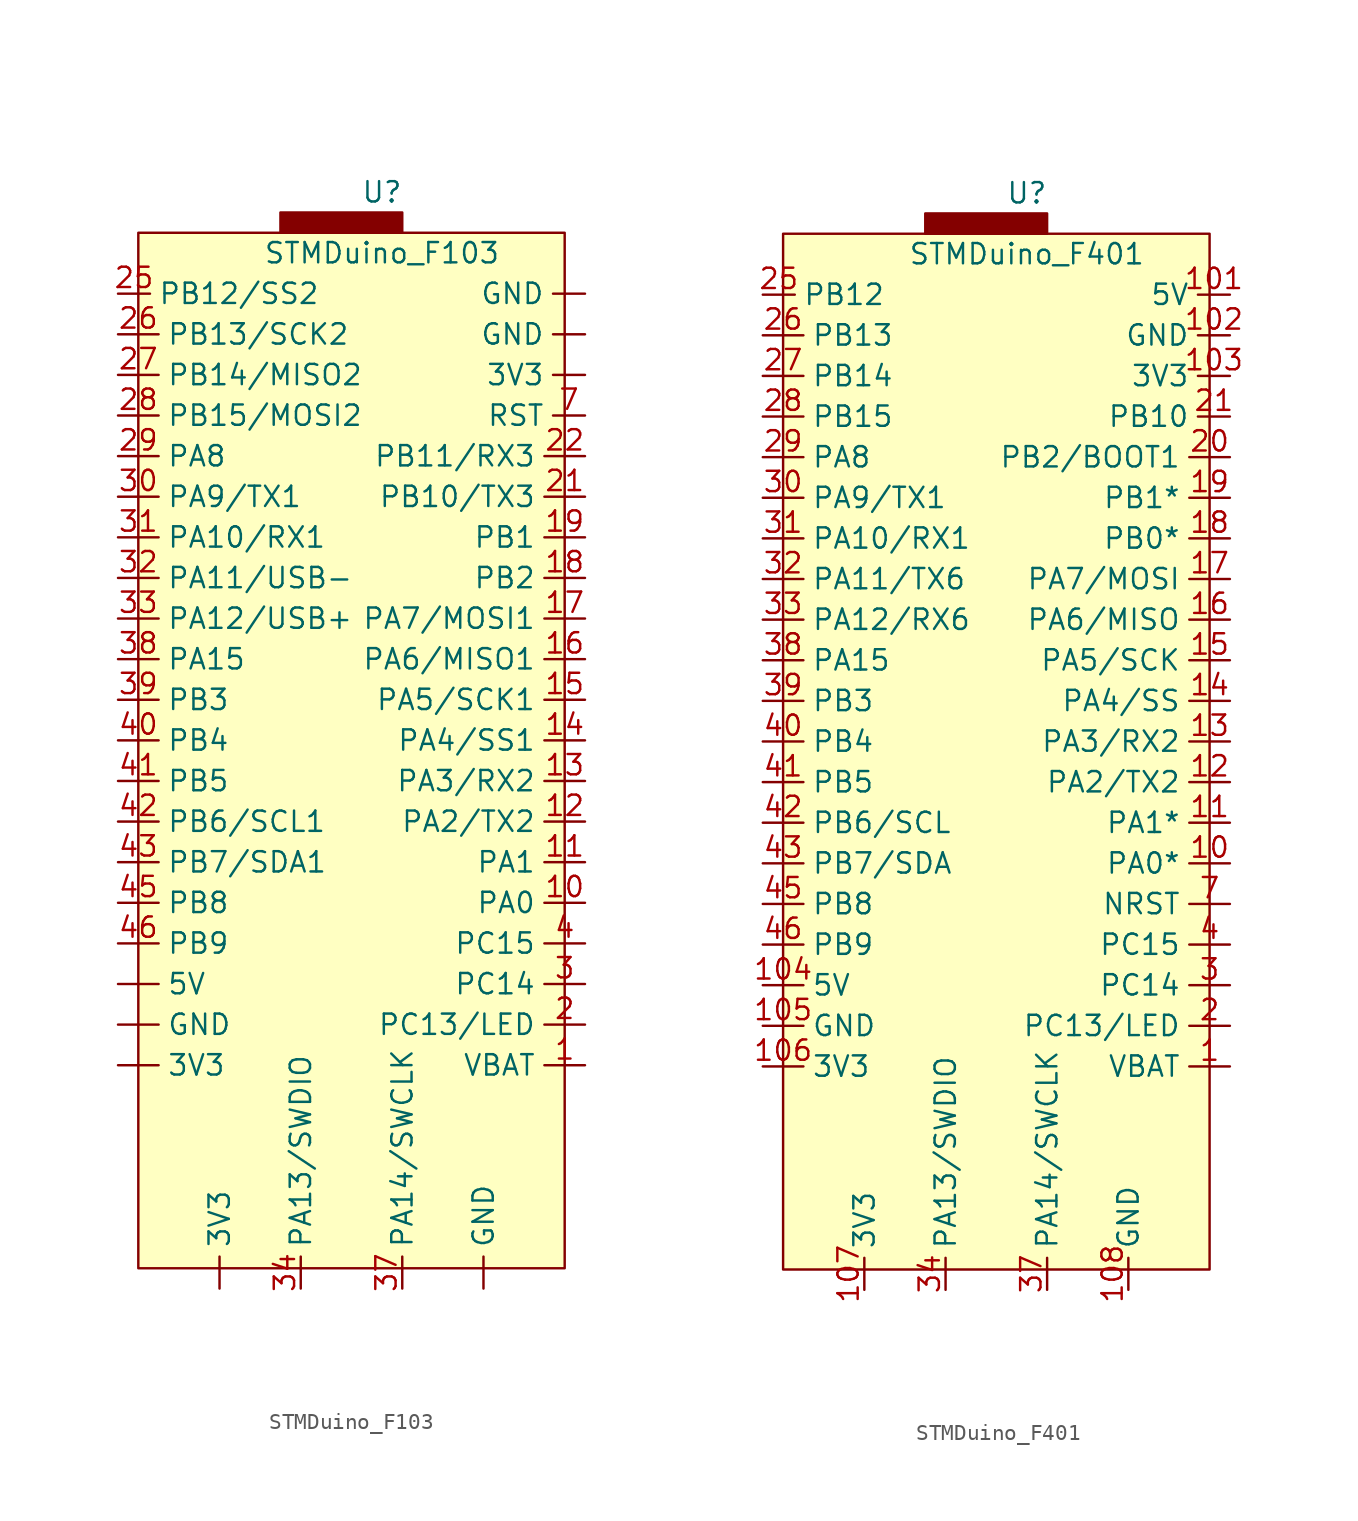
<source format=kicad_sym>
(kicad_symbol_lib
  (version 20211014)
  (generator kicad_symbol_editor)
  (symbol "STMDuino_F103"
    (property "Reference" "U"
      (at 0 3.81 0)
      (effects (font (size 1.27 1.27))))
    (property "Value" "STMDuino_F103"
      (at 0 0 0)
      (effects (font (size 1.27 1.27))))
    (symbol "STMDuino_F103_0_0"
      (pin power_in line (at -16.51 -50.8 0) (length 2.54) (name "3V3" (effects (font (size 1.27 1.27)))) (number "" (effects (font (size 1.27 1.27)))))
      (pin power_in line (at -16.51 -45.72 0) (length 2.54) (name "5V" (effects (font (size 1.27 1.27)))) (number "" (effects (font (size 1.27 1.27)))))
      (pin power_in line (at -16.51 -48.26 0) (length 2.54) (name "GND" (effects (font (size 1.27 1.27)))) (number "" (effects (font (size 1.27 1.27)))))
      (pin power_in line (at 12.7 -50.8 180) (length 2.54) (name "VBAT" (effects (font (size 1.27 1.27)))) (number "1" (effects (font (size 1.27 1.27)))))
      (pin bidirectional line (at 12.7 -40.64 180) (length 2.54) (name "PA0" (effects (font (size 1.27 1.27)))) (number "10" (effects (font (size 1.27 1.27)))))
      (pin bidirectional line (at 12.7 -38.1 180) (length 2.54) (name "PA1" (effects (font (size 1.27 1.27)))) (number "11" (effects (font (size 1.27 1.27)))))
      (pin bidirectional line (at 12.7 -35.56 180) (length 2.54) (name "PA2/TX2" (effects (font (size 1.27 1.27)))) (number "12" (effects (font (size 1.27 1.27)))))
      (pin bidirectional line (at 12.7 -33.02 180) (length 2.54) (name "PA3/RX2" (effects (font (size 1.27 1.27)))) (number "13" (effects (font (size 1.27 1.27)))))
      (pin bidirectional line (at 12.7 -30.48 180) (length 2.54) (name "PA4/SS1" (effects (font (size 1.27 1.27)))) (number "14" (effects (font (size 1.27 1.27)))))
      (pin bidirectional line (at 12.7 -27.94 180) (length 2.54) (name "PA5/SCK1" (effects (font (size 1.27 1.27)))) (number "15" (effects (font (size 1.27 1.27)))))
      (pin bidirectional line (at 12.7 -25.4 180) (length 2.54) (name "PA6/MISO1" (effects (font (size 1.27 1.27)))) (number "16" (effects (font (size 1.27 1.27)))))
      (pin bidirectional line (at 12.7 -22.86 180) (length 2.54) (name "PA7/MOSI1" (effects (font (size 1.27 1.27)))) (number "17" (effects (font (size 1.27 1.27)))))
      (pin bidirectional line (at 12.7 -20.32 180) (length 2.54) (name "PB2" (effects (font (size 1.27 1.27)))) (number "18" (effects (font (size 1.27 1.27)))))
      (pin bidirectional line (at 12.7 -17.78 180) (length 2.54) (name "PB1" (effects (font (size 1.27 1.27)))) (number "19" (effects (font (size 1.27 1.27)))))
      (pin bidirectional line (at 12.7 -48.26 180) (length 2.54) (name "PC13/LED" (effects (font (size 1.27 1.27)))) (number "2" (effects (font (size 1.27 1.27)))))
      (pin bidirectional line (at 12.7 -15.24 180) (length 2.54) (name "PB10/TX3" (effects (font (size 1.27 1.27)))) (number "21" (effects (font (size 1.27 1.27)))))
      (pin bidirectional line (at 12.7 -12.7 180) (length 2.54) (name "PB11/RX3" (effects (font (size 1.27 1.27)))) (number "22" (effects (font (size 1.27 1.27)))))
      (pin bidirectional line (at -16.51 -5.08 0) (length 2.54) (name "PB13/SCK2" (effects (font (size 1.27 1.27)))) (number "26" (effects (font (size 1.27 1.27)))))
      (pin bidirectional line (at -16.51 -7.62 0) (length 2.54) (name "PB14/MISO2" (effects (font (size 1.27 1.27)))) (number "27" (effects (font (size 1.27 1.27)))))
      (pin bidirectional line (at -16.51 -10.16 0) (length 2.54) (name "PB15/MOSI2" (effects (font (size 1.27 1.27)))) (number "28" (effects (font (size 1.27 1.27)))))
      (pin bidirectional line (at -16.51 -12.7 0) (length 2.54) (name "PA8" (effects (font (size 1.27 1.27)))) (number "29" (effects (font (size 1.27 1.27)))))
      (pin bidirectional line (at 12.7 -45.72 180) (length 2.54) (name "PC14" (effects (font (size 1.27 1.27)))) (number "3" (effects (font (size 1.27 1.27)))))
      (pin bidirectional line (at -16.51 -15.24 0) (length 2.54) (name "PA9/TX1" (effects (font (size 1.27 1.27)))) (number "30" (effects (font (size 1.27 1.27)))))
      (pin bidirectional line (at -16.51 -17.78 0) (length 2.54) (name "PA10/RX1" (effects (font (size 1.27 1.27)))) (number "31" (effects (font (size 1.27 1.27)))))
      (pin bidirectional line (at -16.51 -20.32 0) (length 2.54) (name "PA11/USB-" (effects (font (size 1.27 1.27)))) (number "32" (effects (font (size 1.27 1.27)))))
      (pin bidirectional line (at -16.51 -22.86 0) (length 2.54) (name "PA12/USB+" (effects (font (size 1.27 1.27)))) (number "33" (effects (font (size 1.27 1.27)))))
      (pin bidirectional line (at -16.51 -25.4 0) (length 2.54) (name "PA15" (effects (font (size 1.27 1.27)))) (number "38" (effects (font (size 1.27 1.27)))))
      (pin bidirectional line (at -16.51 -27.94 0) (length 2.54) (name "PB3" (effects (font (size 1.27 1.27)))) (number "39" (effects (font (size 1.27 1.27)))))
      (pin bidirectional line (at 12.7 -43.18 180) (length 2.54) (name "PC15" (effects (font (size 1.27 1.27)))) (number "4" (effects (font (size 1.27 1.27)))))
      (pin bidirectional line (at -16.51 -30.48 0) (length 2.54) (name "PB4" (effects (font (size 1.27 1.27)))) (number "40" (effects (font (size 1.27 1.27)))))
      (pin bidirectional line (at -16.51 -33.02 0) (length 2.54) (name "PB5" (effects (font (size 1.27 1.27)))) (number "41" (effects (font (size 1.27 1.27)))))
      (pin bidirectional line (at -16.51 -35.56 0) (length 2.54) (name "PB6/SCL1" (effects (font (size 1.27 1.27)))) (number "42" (effects (font (size 1.27 1.27)))))
      (pin bidirectional line (at -16.51 -38.1 0) (length 2.54) (name "PB7/SDA1" (effects (font (size 1.27 1.27)))) (number "43" (effects (font (size 1.27 1.27)))))
      (pin bidirectional line (at -16.51 -40.64 0) (length 2.54) (name "PB8" (effects (font (size 1.27 1.27)))) (number "45" (effects (font (size 1.27 1.27)))))
      (pin bidirectional line (at -16.51 -43.18 0) (length 2.54) (name "PB9" (effects (font (size 1.27 1.27)))) (number "46" (effects (font (size 1.27 1.27))))))
    (symbol "STMDuino_F103_0_1"
      (rectangle (start -15.24 1.27) (end 11.43 -63.5) (stroke (width 0) (type default) (color 0 0 0 0)) (fill (type background)))
      (rectangle (start 1.27 1.27) (end -6.35 2.54) (stroke (width 0) (type default) (color 0 0 0 0)) (fill (type outline))))
    (symbol "STMDuino_F103_1_1"
      (pin power_in line (at -10.16 -64.77 90) (length 2) (name "3V3" (effects (font (size 1.27 1.27)))) (number "" (effects (font (size 1.27 1.27)))))
      (pin power_in line (at 12.7 -7.62 180) (length 2) (name "3V3" (effects (font (size 1.27 1.27)))) (number "" (effects (font (size 1.27 1.27)))))
      (pin power_in line (at 6.35 -64.77 90) (length 2) (name "GND" (effects (font (size 1.27 1.27)))) (number "" (effects (font (size 1.27 1.27)))))
      (pin power_in line (at 12.7 -5.08 180) (length 2) (name "GND" (effects (font (size 1.27 1.27)))) (number "" (effects (font (size 1.27 1.27)))))
      (pin power_in line (at 12.7 -2.54 180) (length 2) (name "GND" (effects (font (size 1.27 1.27)))) (number "" (effects (font (size 1.27 1.27)))))
      (pin bidirectional line (at -16.51 -2.54 0) (length 2) (name "PB12/SS2" (effects (font (size 1.27 1.27)))) (number "25" (effects (font (size 1.27 1.27)))) (alternate "PB12" power_in line))
      (pin power_in line (at -5.08 -64.77 90) (length 2) (name "PA13/SWDIO" (effects (font (size 1.27 1.27)))) (number "34" (effects (font (size 1.27 1.27)))))
      (pin power_in line (at 1.27 -64.77 90) (length 2) (name "PA14/SWCLK" (effects (font (size 1.27 1.27)))) (number "37" (effects (font (size 1.27 1.27)))))
      (pin bidirectional line (at 12.7 -10.16 180) (length 2) (name "RST" (effects (font (size 1.27 1.27)))) (number "7" (effects (font (size 1.27 1.27)))))))
  (symbol "STMDuino_F401"
    (property "Reference" "U"
      (at 0 3.81 0)
      (effects (font (size 1.27 1.27))))
    (property "Value" "STMDuino_F401"
      (at 0 0 0)
      (effects (font (size 1.27 1.27))))
    (symbol "STMDuino_F401_0_0"
      (pin power_in line (at 12.7 -50.8 180) (length 2.54) (name "VBAT" (effects (font (size 1.27 1.27)))) (number "1" (effects (font (size 1.27 1.27)))))
      (pin bidirectional line (at 12.7 -38.1 180) (length 2.54) (name "PA0*" (effects (font (size 1.27 1.27)))) (number "10" (effects (font (size 1.27 1.27)))))
      (pin power_in line (at -16.51 -45.72 0) (length 2.54) (name "5V" (effects (font (size 1.27 1.27)))) (number "104" (effects (font (size 1.27 1.27)))))
      (pin power_in line (at -16.51 -48.26 0) (length 2.54) (name "GND" (effects (font (size 1.27 1.27)))) (number "105" (effects (font (size 1.27 1.27)))))
      (pin power_in line (at -16.51 -50.8 0) (length 2.54) (name "3V3" (effects (font (size 1.27 1.27)))) (number "106" (effects (font (size 1.27 1.27)))))
      (pin bidirectional line (at 12.7 -35.56 180) (length 2.54) (name "PA1*" (effects (font (size 1.27 1.27)))) (number "11" (effects (font (size 1.27 1.27)))))
      (pin bidirectional line (at 12.7 -33.02 180) (length 2.54) (name "PA2/TX2" (effects (font (size 1.27 1.27)))) (number "12" (effects (font (size 1.27 1.27)))))
      (pin bidirectional line (at 12.7 -30.48 180) (length 2.54) (name "PA3/RX2" (effects (font (size 1.27 1.27)))) (number "13" (effects (font (size 1.27 1.27)))))
      (pin bidirectional line (at 12.7 -27.94 180) (length 2.54) (name "PA4/SS" (effects (font (size 1.27 1.27)))) (number "14" (effects (font (size 1.27 1.27)))))
      (pin bidirectional line (at 12.7 -25.4 180) (length 2.54) (name "PA5/SCK" (effects (font (size 1.27 1.27)))) (number "15" (effects (font (size 1.27 1.27)))))
      (pin bidirectional line (at 12.7 -22.86 180) (length 2.54) (name "PA6/MISO" (effects (font (size 1.27 1.27)))) (number "16" (effects (font (size 1.27 1.27)))))
      (pin bidirectional line (at 12.7 -20.32 180) (length 2.54) (name "PA7/MOSI" (effects (font (size 1.27 1.27)))) (number "17" (effects (font (size 1.27 1.27)))))
      (pin bidirectional line (at 12.7 -17.78 180) (length 2.54) (name "PB0*" (effects (font (size 1.27 1.27)))) (number "18" (effects (font (size 1.27 1.27)))))
      (pin bidirectional line (at 12.7 -15.24 180) (length 2.54) (name "PB1*" (effects (font (size 1.27 1.27)))) (number "19" (effects (font (size 1.27 1.27)))))
      (pin bidirectional line (at 12.7 -48.26 180) (length 2.54) (name "PC13/LED" (effects (font (size 1.27 1.27)))) (number "2" (effects (font (size 1.27 1.27)))))
      (pin bidirectional line (at 12.7 -12.7 180) (length 2.54) (name "PB2/BOOT1" (effects (font (size 1.27 1.27)))) (number "20" (effects (font (size 1.27 1.27)))))
      (pin bidirectional line (at -16.51 -5.08 0) (length 2.54) (name "PB13" (effects (font (size 1.27 1.27)))) (number "26" (effects (font (size 1.27 1.27)))))
      (pin bidirectional line (at -16.51 -7.62 0) (length 2.54) (name "PB14" (effects (font (size 1.27 1.27)))) (number "27" (effects (font (size 1.27 1.27)))))
      (pin bidirectional line (at -16.51 -10.16 0) (length 2.54) (name "PB15" (effects (font (size 1.27 1.27)))) (number "28" (effects (font (size 1.27 1.27)))))
      (pin bidirectional line (at -16.51 -12.7 0) (length 2.54) (name "PA8" (effects (font (size 1.27 1.27)))) (number "29" (effects (font (size 1.27 1.27)))))
      (pin bidirectional line (at 12.7 -45.72 180) (length 2.54) (name "PC14" (effects (font (size 1.27 1.27)))) (number "3" (effects (font (size 1.27 1.27)))))
      (pin bidirectional line (at -16.51 -15.24 0) (length 2.54) (name "PA9/TX1" (effects (font (size 1.27 1.27)))) (number "30" (effects (font (size 1.27 1.27)))))
      (pin bidirectional line (at -16.51 -17.78 0) (length 2.54) (name "PA10/RX1" (effects (font (size 1.27 1.27)))) (number "31" (effects (font (size 1.27 1.27)))))
      (pin bidirectional line (at -16.51 -20.32 0) (length 2.54) (name "PA11/TX6" (effects (font (size 1.27 1.27)))) (number "32" (effects (font (size 1.27 1.27)))))
      (pin bidirectional line (at -16.51 -22.86 0) (length 2.54) (name "PA12/RX6" (effects (font (size 1.27 1.27)))) (number "33" (effects (font (size 1.27 1.27)))))
      (pin bidirectional line (at -16.51 -25.4 0) (length 2.54) (name "PA15" (effects (font (size 1.27 1.27)))) (number "38" (effects (font (size 1.27 1.27)))))
      (pin bidirectional line (at -16.51 -27.94 0) (length 2.54) (name "PB3" (effects (font (size 1.27 1.27)))) (number "39" (effects (font (size 1.27 1.27)))))
      (pin bidirectional line (at 12.7 -43.18 180) (length 2.54) (name "PC15" (effects (font (size 1.27 1.27)))) (number "4" (effects (font (size 1.27 1.27)))))
      (pin bidirectional line (at -16.51 -30.48 0) (length 2.54) (name "PB4" (effects (font (size 1.27 1.27)))) (number "40" (effects (font (size 1.27 1.27)))))
      (pin bidirectional line (at -16.51 -33.02 0) (length 2.54) (name "PB5" (effects (font (size 1.27 1.27)))) (number "41" (effects (font (size 1.27 1.27)))))
      (pin bidirectional line (at -16.51 -35.56 0) (length 2.54) (name "PB6/SCL" (effects (font (size 1.27 1.27)))) (number "42" (effects (font (size 1.27 1.27)))))
      (pin bidirectional line (at -16.51 -38.1 0) (length 2.54) (name "PB7/SDA" (effects (font (size 1.27 1.27)))) (number "43" (effects (font (size 1.27 1.27)))))
      (pin bidirectional line (at -16.51 -40.64 0) (length 2.54) (name "PB8" (effects (font (size 1.27 1.27)))) (number "45" (effects (font (size 1.27 1.27)))))
      (pin bidirectional line (at -16.51 -43.18 0) (length 2.54) (name "PB9" (effects (font (size 1.27 1.27)))) (number "46" (effects (font (size 1.27 1.27)))))
      (pin bidirectional line (at 12.7 -40.64 180) (length 2.54) (name "NRST" (effects (font (size 1.27 1.27)))) (number "7" (effects (font (size 1.27 1.27))))))
    (symbol "STMDuino_F401_0_1"
      (rectangle (start -15.24 1.27) (end 11.43 -63.5) (stroke (width 0) (type default) (color 0 0 0 0)) (fill (type background)))
      (rectangle (start 1.27 1.27) (end -6.35 2.54) (stroke (width 0) (type default) (color 0 0 0 0)) (fill (type outline))))
    (symbol "STMDuino_F401_1_1"
      (pin power_in line (at 12.7 -2.54 180) (length 2) (name "5V" (effects (font (size 1.27 1.27)))) (number "101" (effects (font (size 1.27 1.27)))))
      (pin power_in line (at 12.7 -5.08 180) (length 2) (name "GND" (effects (font (size 1.27 1.27)))) (number "102" (effects (font (size 1.27 1.27)))))
      (pin power_in line (at 12.7 -7.62 180) (length 2) (name "3V3" (effects (font (size 1.27 1.27)))) (number "103" (effects (font (size 1.27 1.27)))))
      (pin power_in line (at -10.16 -64.77 90) (length 2) (name "3V3" (effects (font (size 1.27 1.27)))) (number "107" (effects (font (size 1.27 1.27)))))
      (pin power_in line (at 6.35 -64.77 90) (length 2) (name "GND" (effects (font (size 1.27 1.27)))) (number "108" (effects (font (size 1.27 1.27)))))
      (pin bidirectional line (at 12.7 -10.16 180) (length 2) (name "PB10" (effects (font (size 1.27 1.27)))) (number "21" (effects (font (size 1.27 1.27)))))
      (pin bidirectional line (at -16.51 -2.54 0) (length 2) (name "PB12" (effects (font (size 1.27 1.27)))) (number "25" (effects (font (size 1.27 1.27)))) (alternate "PB12" power_in line))
      (pin power_in line (at -5.08 -64.77 90) (length 2) (name "PA13/SWDIO" (effects (font (size 1.27 1.27)))) (number "34" (effects (font (size 1.27 1.27)))))
      (pin power_in line (at 1.27 -64.77 90) (length 2) (name "PA14/SWCLK" (effects (font (size 1.27 1.27)))) (number "37" (effects (font (size 1.27 1.27))))))))
</source>
